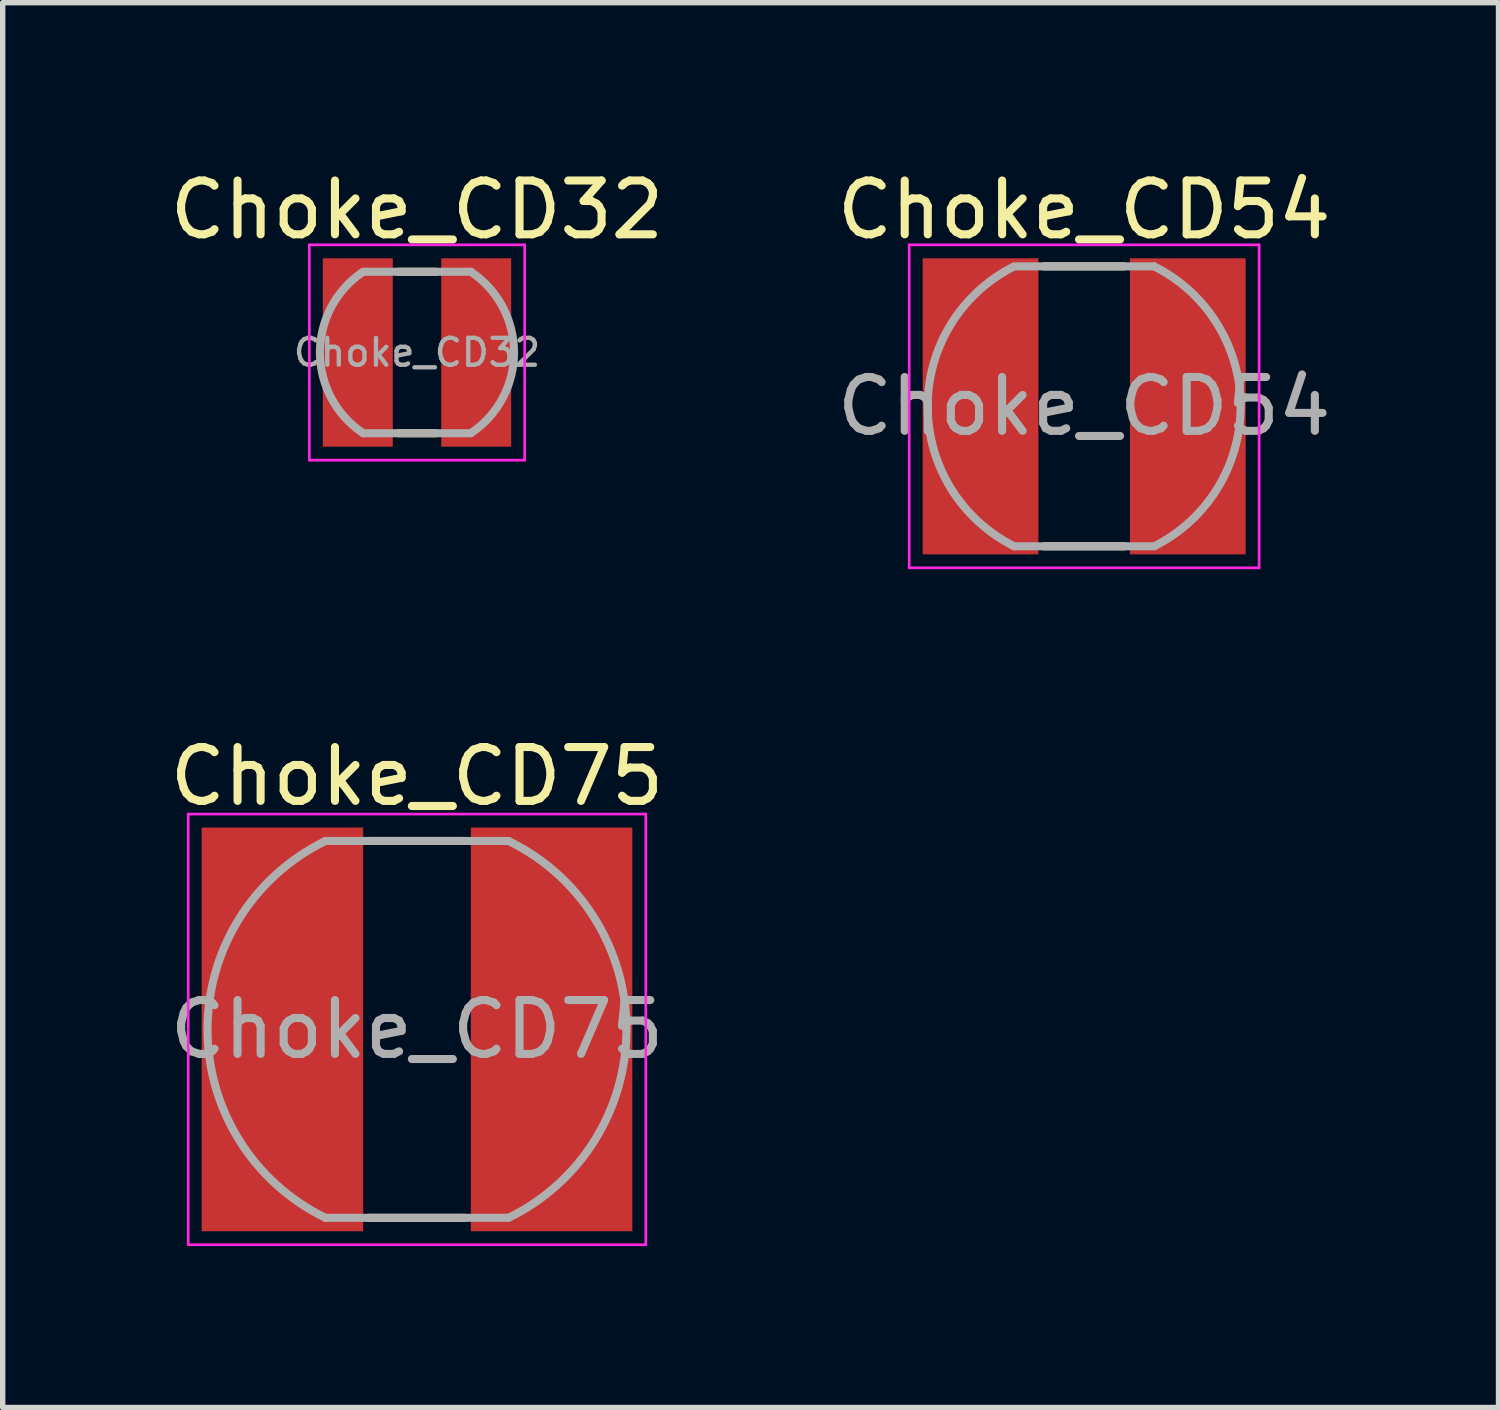
<source format=kicad_pcb>
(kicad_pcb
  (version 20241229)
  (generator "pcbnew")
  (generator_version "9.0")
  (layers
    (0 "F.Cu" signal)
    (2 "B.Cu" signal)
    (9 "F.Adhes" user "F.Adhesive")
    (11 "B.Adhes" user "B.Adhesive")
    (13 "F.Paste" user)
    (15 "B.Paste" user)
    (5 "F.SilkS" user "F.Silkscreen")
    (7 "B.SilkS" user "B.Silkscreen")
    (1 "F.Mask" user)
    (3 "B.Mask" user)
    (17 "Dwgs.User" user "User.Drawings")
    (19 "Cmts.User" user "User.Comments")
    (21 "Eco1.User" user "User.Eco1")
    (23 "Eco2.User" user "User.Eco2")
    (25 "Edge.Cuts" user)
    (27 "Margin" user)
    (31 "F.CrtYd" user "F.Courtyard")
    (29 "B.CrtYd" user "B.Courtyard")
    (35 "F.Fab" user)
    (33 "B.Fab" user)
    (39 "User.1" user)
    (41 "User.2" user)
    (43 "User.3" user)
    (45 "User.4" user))
  (footprint "Choke_CD75"
    (layer "F.Cu")
    (at 4.696 16.072)
    (property "Reference" "Choke_CD75" (at 0 -4.7 180) (layer "F.SilkS") (effects (font (size 1 1) (thickness 0.15))))
    (attr smd)
    (fp_line (start -0.9 -3.5) (end 0.9 -3.5) (stroke (width 0.15) (type solid)) (layer "F.SilkS"))
    (fp_line (start -0.9 3.5) (end 0.9 3.5) (stroke (width 0.15) (type solid)) (layer "F.SilkS"))
    (fp_line (start -4.25 -4) (end 4.25 -4) (stroke (width 0.05) (type solid)) (layer "F.CrtYd"))
    (fp_line (start -4.25 4) (end -4.25 -4) (stroke (width 0.05) (type solid)) (layer "F.CrtYd"))
    (fp_line (start 4.25 -4) (end 4.25 4) (stroke (width 0.05) (type solid)) (layer "F.CrtYd"))
    (fp_line (start 4.25 4) (end -4.25 4) (stroke (width 0.05) (type solid)) (layer "F.CrtYd"))
    (fp_line (start -1.7 -3.5) (end 1.7 -3.5) (stroke (width 0.15) (type solid)) (layer "F.Fab"))
    (fp_line (start -1.7 3.5) (end 1.7 3.5) (stroke (width 0.15) (type solid)) (layer "F.Fab"))
    (fp_arc (start -1.7 3.5) (mid -3.89101 0.006349) (end -1.711413 -3.494433) (stroke (width 0.15) (type solid)) (layer "F.Fab"))
    (fp_arc (start 1.7 -3.5) (mid 3.89101 -0.006349) (end 1.711413 3.494433) (stroke (width 0.15) (type solid)) (layer "F.Fab"))
    (fp_text user "${REFERENCE}" (at 0 0 0) (layer "F.Fab") (effects (font (size 1 1) (thickness 0.15))))
    (pad "1" smd rect (at -2.5 0 90) (size 7.5 3) (layers "F.Cu" "F.Mask" "F.Paste"))
    (pad "2" smd rect (at 2.5 0 90) (size 7.5 3) (layers "F.Cu" "F.Mask" "F.Paste")))
  (footprint "Choke_CD32"
    (layer "F.Cu")
    (at 4.696 3.498)
    (property "Reference" "Choke_CD32" (at 0 -2.65 180) (layer "F.SilkS") (effects (font (size 1 1) (thickness 0.15))))
    (attr smd)
    (fp_line (start -0.35 -1.5) (end 0.35 -1.5) (stroke (width 0.15) (type solid)) (layer "F.SilkS"))
    (fp_line (start -0.35 1.5) (end 0.35 1.5) (stroke (width 0.15) (type solid)) (layer "F.SilkS"))
    (fp_line (start -2 -2) (end 2 -2) (stroke (width 0.05) (type solid)) (layer "F.CrtYd"))
    (fp_line (start -2 2) (end -2 -2) (stroke (width 0.05) (type solid)) (layer "F.CrtYd"))
    (fp_line (start 2 -2) (end 2 2) (stroke (width 0.05) (type solid)) (layer "F.CrtYd"))
    (fp_line (start 2 2) (end -2 2) (stroke (width 0.05) (type solid)) (layer "F.CrtYd"))
    (fp_line (start -1 1.5) (end 1 1.5) (stroke (width 0.15) (type solid)) (layer "F.Fab"))
    (fp_line (start 1 -1.5) (end -1 -1.5) (stroke (width 0.15) (type solid)) (layer "F.Fab"))
    (fp_arc (start -1 1.5) (mid -1.802749 0.009752) (end -1.016169 -1.489094) (stroke (width 0.15) (type solid)) (layer "F.Fab"))
    (fp_arc (start 1 -1.5) (mid 1.802749 -0.009752) (end 1.016169 1.489094) (stroke (width 0.15) (type solid)) (layer "F.Fab"))
    (fp_text user "${REFERENCE}" (at 0 0 180) (layer "F.Fab") (effects (font (size 0.5 0.5) (thickness 0.08))))
    (pad "1" smd rect (at -1.1 0 90) (size 3.5 1.3) (layers "F.Cu" "F.Mask" "F.Paste"))
    (pad "2" smd rect (at 1.1 0 90) (size 3.5 1.3) (layers "F.Cu" "F.Mask" "F.Paste")))
  (footprint "Choke_CD54"
    (layer "F.Cu")
    (at 17.089 4.498)
    (property "Reference" "Choke_CD54" (at 0 -3.65 180) (layer "F.SilkS") (effects (font (size 1 1) (thickness 0.15))))
    (attr smd)
    (fp_line (start -0.75 -2.6) (end 0.75 -2.6) (stroke (width 0.15) (type solid)) (layer "F.SilkS"))
    (fp_line (start -0.75 2.6) (end 0.75 2.6) (stroke (width 0.15) (type solid)) (layer "F.SilkS"))
    (fp_line (start -3.25 -3) (end 3.25 -3) (stroke (width 0.05) (type solid)) (layer "F.CrtYd"))
    (fp_line (start -3.25 3) (end -3.25 -3) (stroke (width 0.05) (type solid)) (layer "F.CrtYd"))
    (fp_line (start 3.25 -3) (end 3.25 3) (stroke (width 0.05) (type solid)) (layer "F.CrtYd"))
    (fp_line (start 3.25 3) (end -3.25 3) (stroke (width 0.05) (type solid)) (layer "F.CrtYd"))
    (fp_line (start -1.3 -2.6) (end 1.3 -2.6) (stroke (width 0.15) (type solid)) (layer "F.Fab"))
    (fp_line (start -1.3 2.6) (end 1.3 2.6) (stroke (width 0.15) (type solid)) (layer "F.Fab"))
    (fp_arc (start -1.3 2.6) (mid -2.906873 0.009383) (end -1.316758 -2.591553) (stroke (width 0.15) (type solid)) (layer "F.Fab"))
    (fp_arc (start 1.3 -2.6) (mid 2.906873 -0.009383) (end 1.316758 2.591553) (stroke (width 0.15) (type solid)) (layer "F.Fab"))
    (fp_text user "${REFERENCE}" (at 0 0 0) (layer "F.Fab") (effects (font (size 1 1) (thickness 0.15))))
    (pad "1" smd rect (at -1.925 0 90) (size 5.5 2.15) (layers "F.Cu" "F.Mask" "F.Paste"))
    (pad "2" smd rect (at 1.925 0 90) (size 5.5 2.15) (layers "F.Cu" "F.Mask" "F.Paste")))
  (gr_rect
    (start -3 -3)
    (end 24.786 23.096)
    (stroke (width 0.1) (type default))
    (fill no)
    (layer "Edge.Cuts")))
</source>
